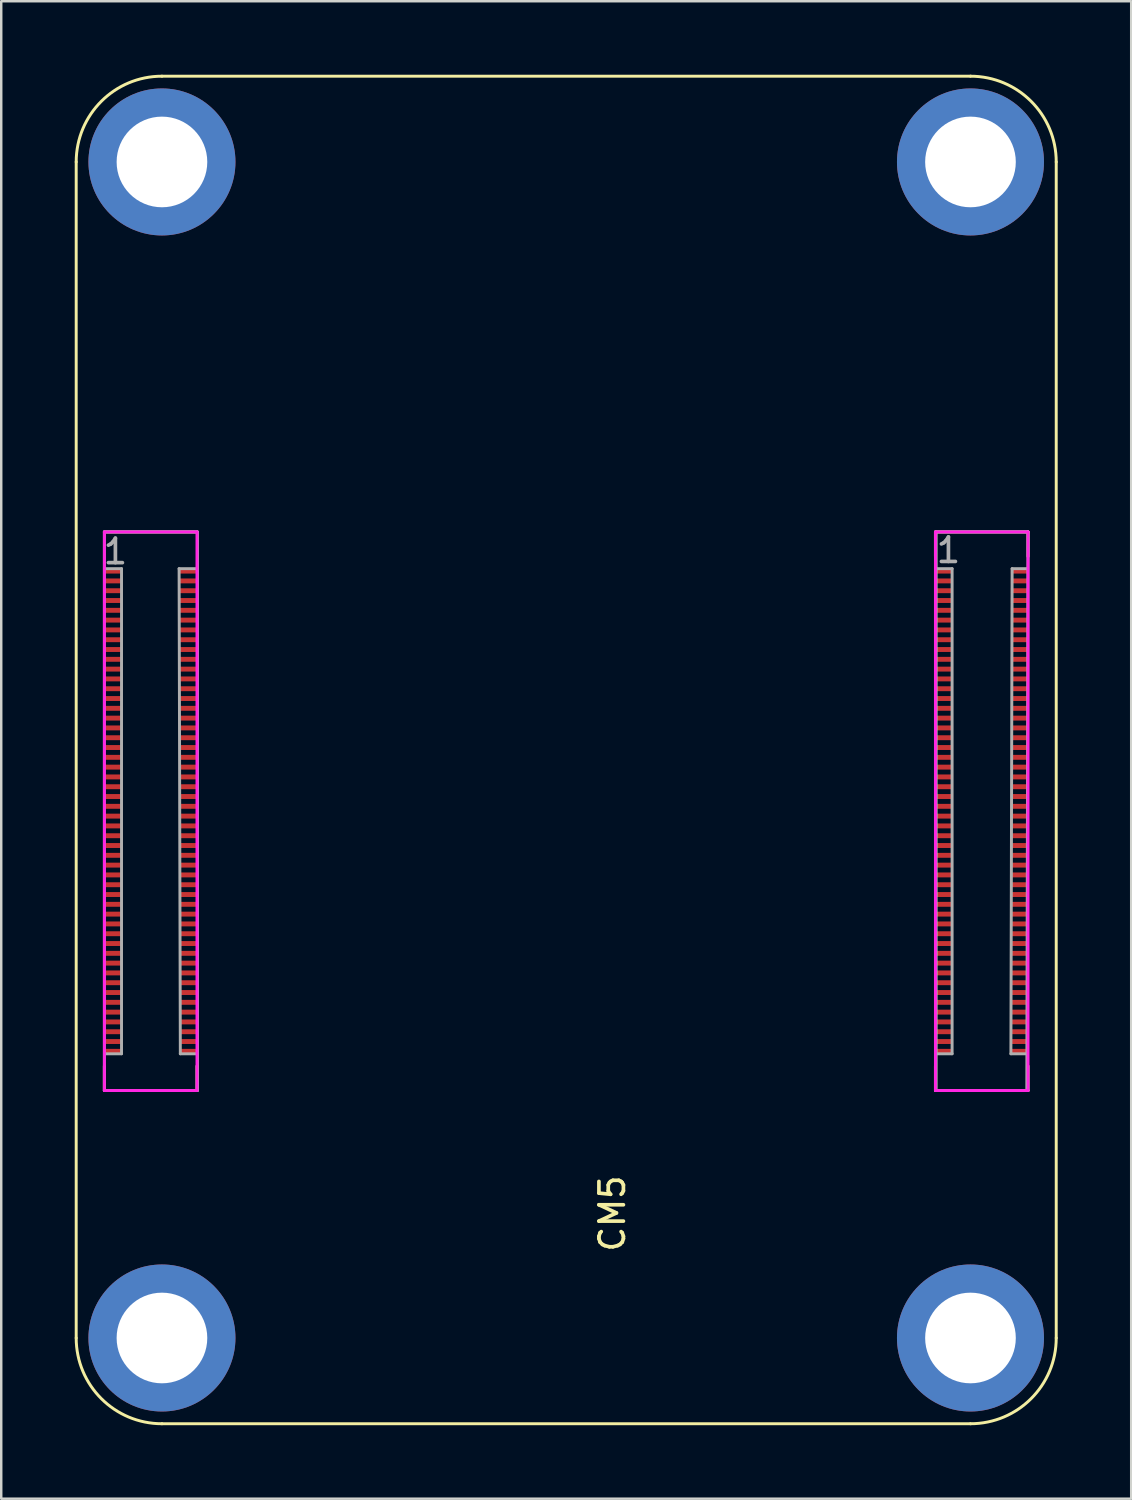
<source format=kicad_pcb>
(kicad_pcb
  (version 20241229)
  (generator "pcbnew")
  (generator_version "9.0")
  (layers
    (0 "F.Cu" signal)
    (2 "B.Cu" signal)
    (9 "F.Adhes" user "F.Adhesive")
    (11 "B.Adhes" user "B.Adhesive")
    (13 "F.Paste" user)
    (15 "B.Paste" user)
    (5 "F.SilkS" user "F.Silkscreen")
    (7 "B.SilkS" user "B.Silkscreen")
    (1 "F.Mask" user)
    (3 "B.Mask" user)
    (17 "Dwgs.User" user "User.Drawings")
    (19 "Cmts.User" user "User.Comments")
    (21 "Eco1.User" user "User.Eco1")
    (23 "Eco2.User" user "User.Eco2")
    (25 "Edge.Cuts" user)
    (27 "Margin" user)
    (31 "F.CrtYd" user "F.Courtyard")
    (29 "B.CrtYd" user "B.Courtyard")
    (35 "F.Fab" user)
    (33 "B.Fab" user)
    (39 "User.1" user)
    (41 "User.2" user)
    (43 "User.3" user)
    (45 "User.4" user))
  (footprint "CM5"
    (layer "F.Cu")
    (at 20.06 30.06)
    (property "Reference" "CM5" (at 1.88 16.42 270) (layer "F.SilkS") (effects (font (size 1 1) (thickness 0.15))))
    (attr smd)
    (fp_line (start -20 -26.5) (end -20 21.5) (stroke (width 0.12) (type solid)) (layer "F.SilkS"))
    (fp_line (start -18.85 -11.4) (end -15.07 -11.4) (stroke (width 0.12) (type solid)) (layer "F.SilkS"))
    (fp_line (start -18.85 11.4) (end -18.85 10.4) (stroke (width 0.12) (type solid)) (layer "F.SilkS"))
    (fp_line (start -18.85 11.4) (end -15.07 11.4) (stroke (width 0.12) (type solid)) (layer "F.SilkS"))
    (fp_line (start -16.5 25) (end 16.5 25) (stroke (width 0.12) (type solid)) (layer "F.SilkS"))
    (fp_line (start -15.07 11.4) (end -15.07 10.4) (stroke (width 0.12) (type solid)) (layer "F.SilkS"))
    (fp_line (start 15.07 -11.4) (end 15.07 -10.4) (stroke (width 0.12) (type solid)) (layer "F.SilkS"))
    (fp_line (start 15.07 -11.4) (end 18.85 -11.4) (stroke (width 0.12) (type solid)) (layer "F.SilkS"))
    (fp_line (start 15.07 11.4) (end 15.07 10.4) (stroke (width 0.12) (type solid)) (layer "F.SilkS"))
    (fp_line (start 15.07 11.4) (end 18.85 11.4) (stroke (width 0.12) (type solid)) (layer "F.SilkS"))
    (fp_line (start 16.5 -30) (end -16.5 -30) (stroke (width 0.12) (type solid)) (layer "F.SilkS"))
    (fp_line (start 18.85 -11.4) (end 18.85 -10.4) (stroke (width 0.12) (type solid)) (layer "F.SilkS"))
    (fp_line (start 18.85 11.4) (end 18.85 10.4) (stroke (width 0.12) (type solid)) (layer "F.SilkS"))
    (fp_line (start 20 21.5) (end 20 -26.5) (stroke (width 0.12) (type solid)) (layer "F.SilkS"))
    (fp_arc (start -20 -26.5) (mid -18.974874 -28.974874) (end -16.5 -30) (stroke (width 0.12) (type solid)) (layer "F.SilkS"))
    (fp_arc (start -16.5 25) (mid -18.974874 23.974874) (end -20 21.5) (stroke (width 0.12) (type solid)) (layer "F.SilkS"))
    (fp_arc (start 16.5 -30) (mid 18.974874 -28.974874) (end 20 -26.5) (stroke (width 0.12) (type solid)) (layer "F.SilkS"))
    (fp_arc (start 20 21.5) (mid 18.974874 23.974874) (end 16.5 25) (stroke (width 0.12) (type solid)) (layer "F.SilkS"))
    (fp_line (start -18.85 -11.4) (end -15.07 -11.4) (stroke (width 0.12) (type solid)) (layer "F.CrtYd"))
    (fp_line (start -18.85 11.4) (end -18.85 -11.4) (stroke (width 0.12) (type solid)) (layer "F.CrtYd"))
    (fp_line (start -15.07 -11.4) (end -15.07 11.4) (stroke (width 0.12) (type solid)) (layer "F.CrtYd"))
    (fp_line (start -15.07 11.4) (end -18.85 11.4) (stroke (width 0.12) (type solid)) (layer "F.CrtYd"))
    (fp_line (start 15.07 -11.4) (end 18.85 -11.4) (stroke (width 0.12) (type solid)) (layer "F.CrtYd"))
    (fp_line (start 15.07 11.4) (end 15.07 -11.4) (stroke (width 0.12) (type solid)) (layer "F.CrtYd"))
    (fp_line (start 18.85 -11.4) (end 18.85 11.4) (stroke (width 0.12) (type solid)) (layer "F.CrtYd"))
    (fp_line (start 18.85 11.4) (end 15.07 11.4) (stroke (width 0.12) (type solid)) (layer "F.CrtYd"))
    (fp_line (start -18.85 -11.4) (end -15.05 -11.4) (stroke (width 0.12) (type solid)) (layer "F.Fab"))
    (fp_line (start -18.85 11.4) (end -18.85 -11.4) (stroke (width 0.12) (type solid)) (layer "F.Fab"))
    (fp_line (start -18.8 -9.9) (end -18.15 -9.9) (stroke (width 0.12) (type solid)) (layer "F.Fab"))
    (fp_line (start -18.15 -9.9) (end -18.15 9.9) (stroke (width 0.12) (type solid)) (layer "F.Fab"))
    (fp_line (start -18.15 9.9) (end -18.8 9.9) (stroke (width 0.12) (type solid)) (layer "F.Fab"))
    (fp_line (start -15.8 -9.9) (end -15.1 -9.9) (stroke (width 0.12) (type solid)) (layer "F.Fab"))
    (fp_line (start -15.75 9.9) (end -15.8 -9.9) (stroke (width 0.12) (type solid)) (layer "F.Fab"))
    (fp_line (start -15.1 9.9) (end -15.75 9.9) (stroke (width 0.12) (type solid)) (layer "F.Fab"))
    (fp_line (start -15.05 -11.4) (end -15.05 11.4) (stroke (width 0.12) (type solid)) (layer "F.Fab"))
    (fp_line (start -15.05 11.4) (end -18.85 11.4) (stroke (width 0.12) (type solid)) (layer "F.Fab"))
    (fp_line (start 15.1 -11.4) (end 18.85 -11.4) (stroke (width 0.12) (type solid)) (layer "F.Fab"))
    (fp_line (start 15.1 11.4) (end 15.1 -11.4) (stroke (width 0.12) (type solid)) (layer "F.Fab"))
    (fp_line (start 15.15 -9.9) (end 15.75 -9.9) (stroke (width 0.12) (type solid)) (layer "F.Fab"))
    (fp_line (start 15.75 -9.9) (end 15.75 9.9) (stroke (width 0.12) (type solid)) (layer "F.Fab"))
    (fp_line (start 15.75 9.9) (end 15.15 9.9) (stroke (width 0.12) (type solid)) (layer "F.Fab"))
    (fp_line (start 18.15 9.9) (end 18.2 -9.9) (stroke (width 0.12) (type solid)) (layer "F.Fab"))
    (fp_line (start 18.2 -9.9) (end 18.8 -9.9) (stroke (width 0.12) (type solid)) (layer "F.Fab"))
    (fp_line (start 18.75 9.9) (end 18.15 9.9) (stroke (width 0.12) (type solid)) (layer "F.Fab"))
    (fp_line (start 18.8 11.4) (end 15.1 11.4) (stroke (width 0.12) (type solid)) (layer "F.Fab"))
    (fp_line (start 18.85 -11.4) (end 18.8 11.4) (stroke (width 0.12) (type solid)) (layer "F.Fab"))
    (fp_text user "1" (at -18.4 -10.6 0) (layer "F.Fab") (effects (font (size 1 1) (thickness 0.15))))
    (fp_text user "1" (at 15.6 -10.65 0) (layer "F.Fab") (effects (font (size 1 1) (thickness 0.15))))
    (pad "" np_thru_hole circle (at -16.5 -26.5) (size 2.7 2.7) (drill 2.7) (layers "*.Cu" "*.Mask"))
    (pad "" np_thru_hole circle (at -16.5 -26.5) (size 6 6) (drill 3.7) (layers "*.Cu" "*.Mask" "F.Paste"))
    (pad "" np_thru_hole circle (at -16.5 21.5) (size 2.7 2.7) (drill 2.7) (layers "*.Cu" "*.Mask"))
    (pad "" np_thru_hole circle (at -16.5 21.5) (size 6 6) (drill 3.7) (layers "*.Cu" "*.Mask" "F.Paste"))
    (pad "" np_thru_hole circle (at 16.5 -26.5) (size 2.7 2.7) (drill 2.7) (layers "*.Cu" "*.Mask"))
    (pad "" np_thru_hole circle (at 16.5 -26.5) (size 6 6) (drill 3.7) (layers "*.Cu" "*.Mask" "F.Paste"))
    (pad "" np_thru_hole circle (at 16.5 21.5) (size 6 6) (drill 3.7) (layers "*.Cu" "*.Mask" "F.Paste"))
    (pad "1" smd rect (at -18.5 -9.8 270) (size 0.2 0.7) (layers "F.Cu" "F.Mask" "F.Paste"))
    (pad "2" smd rect (at -15.42 -9.8 270) (size 0.2 0.7) (layers "F.Cu" "F.Mask" "F.Paste"))
    (pad "3" smd rect (at -18.5 -9.4 270) (size 0.2 0.7) (layers "F.Cu" "F.Mask" "F.Paste"))
    (pad "4" smd rect (at -15.42 -9.4 270) (size 0.2 0.7) (layers "F.Cu" "F.Mask" "F.Paste"))
    (pad "5" smd rect (at -18.5 -9 270) (size 0.2 0.7) (layers "F.Cu" "F.Mask" "F.Paste"))
    (pad "6" smd rect (at -15.42 -9 270) (size 0.2 0.7) (layers "F.Cu" "F.Mask" "F.Paste"))
    (pad "7" smd rect (at -18.5 -8.6 270) (size 0.2 0.7) (layers "F.Cu" "F.Mask" "F.Paste"))
    (pad "8" smd rect (at -15.42 -8.6 270) (size 0.2 0.7) (layers "F.Cu" "F.Mask" "F.Paste"))
    (pad "9" smd rect (at -18.5 -8.2 270) (size 0.2 0.7) (layers "F.Cu" "F.Mask" "F.Paste"))
    (pad "10" smd rect (at -15.42 -8.2 270) (size 0.2 0.7) (layers "F.Cu" "F.Mask" "F.Paste"))
    (pad "11" smd rect (at -18.5 -7.8 270) (size 0.2 0.7) (layers "F.Cu" "F.Mask" "F.Paste"))
    (pad "12" smd rect (at -15.42 -7.8 270) (size 0.2 0.7) (layers "F.Cu" "F.Mask" "F.Paste"))
    (pad "13" smd rect (at -18.5 -7.4 270) (size 0.2 0.7) (layers "F.Cu" "F.Mask" "F.Paste"))
    (pad "14" smd rect (at -15.42 -7.4 270) (size 0.2 0.7) (layers "F.Cu" "F.Mask" "F.Paste"))
    (pad "15" smd rect (at -18.5 -7 270) (size 0.2 0.7) (layers "F.Cu" "F.Mask" "F.Paste"))
    (pad "16" smd rect (at -15.42 -7 270) (size 0.2 0.7) (layers "F.Cu" "F.Mask" "F.Paste"))
    (pad "17" smd rect (at -18.5 -6.6 270) (size 0.2 0.7) (layers "F.Cu" "F.Mask" "F.Paste"))
    (pad "18" smd rect (at -15.42 -6.6 270) (size 0.2 0.7) (layers "F.Cu" "F.Mask" "F.Paste"))
    (pad "19" smd rect (at -18.5 -6.2 270) (size 0.2 0.7) (layers "F.Cu" "F.Mask" "F.Paste"))
    (pad "20" smd rect (at -15.42 -6.2 270) (size 0.2 0.7) (layers "F.Cu" "F.Mask" "F.Paste"))
    (pad "21" smd rect (at -18.5 -5.8 270) (size 0.2 0.7) (layers "F.Cu" "F.Mask" "F.Paste"))
    (pad "22" smd rect (at -15.42 -5.8 270) (size 0.2 0.7) (layers "F.Cu" "F.Mask" "F.Paste"))
    (pad "23" smd rect (at -18.5 -5.4 270) (size 0.2 0.7) (layers "F.Cu" "F.Mask" "F.Paste"))
    (pad "24" smd rect (at -15.42 -5.4 270) (size 0.2 0.7) (layers "F.Cu" "F.Mask" "F.Paste"))
    (pad "25" smd rect (at -18.5 -5 270) (size 0.2 0.7) (layers "F.Cu" "F.Mask" "F.Paste"))
    (pad "26" smd rect (at -15.42 -5 270) (size 0.2 0.7) (layers "F.Cu" "F.Mask" "F.Paste"))
    (pad "27" smd rect (at -18.5 -4.6 270) (size 0.2 0.7) (layers "F.Cu" "F.Mask" "F.Paste"))
    (pad "28" smd rect (at -15.42 -4.6 270) (size 0.2 0.7) (layers "F.Cu" "F.Mask" "F.Paste"))
    (pad "29" smd rect (at -18.5 -4.2 270) (size 0.2 0.7) (layers "F.Cu" "F.Mask" "F.Paste"))
    (pad "30" smd rect (at -15.42 -4.2 270) (size 0.2 0.7) (layers "F.Cu" "F.Mask" "F.Paste"))
    (pad "31" smd rect (at -18.5 -3.8 270) (size 0.2 0.7) (layers "F.Cu" "F.Mask" "F.Paste"))
    (pad "32" smd rect (at -15.42 -3.8 270) (size 0.2 0.7) (layers "F.Cu" "F.Mask" "F.Paste"))
    (pad "33" smd rect (at -18.5 -3.4 270) (size 0.2 0.7) (layers "F.Cu" "F.Mask" "F.Paste"))
    (pad "34" smd rect (at -15.42 -3.4 270) (size 0.2 0.7) (layers "F.Cu" "F.Mask" "F.Paste"))
    (pad "35" smd rect (at -18.5 -3 270) (size 0.2 0.7) (layers "F.Cu" "F.Mask" "F.Paste"))
    (pad "36" smd rect (at -15.42 -3 270) (size 0.2 0.7) (layers "F.Cu" "F.Mask" "F.Paste"))
    (pad "37" smd rect (at -18.5 -2.6 270) (size 0.2 0.7) (layers "F.Cu" "F.Mask" "F.Paste"))
    (pad "38" smd rect (at -15.42 -2.6 270) (size 0.2 0.7) (layers "F.Cu" "F.Mask" "F.Paste"))
    (pad "39" smd rect (at -18.5 -2.2 270) (size 0.2 0.7) (layers "F.Cu" "F.Mask" "F.Paste"))
    (pad "40" smd rect (at -15.42 -2.2 270) (size 0.2 0.7) (layers "F.Cu" "F.Mask" "F.Paste"))
    (pad "41" smd rect (at -18.5 -1.8 270) (size 0.2 0.7) (layers "F.Cu" "F.Mask" "F.Paste"))
    (pad "42" smd rect (at -15.42 -1.8 270) (size 0.2 0.7) (layers "F.Cu" "F.Mask" "F.Paste"))
    (pad "43" smd rect (at -18.5 -1.4 270) (size 0.2 0.7) (layers "F.Cu" "F.Mask" "F.Paste"))
    (pad "44" smd rect (at -15.42 -1.4 270) (size 0.2 0.7) (layers "F.Cu" "F.Mask" "F.Paste"))
    (pad "45" smd rect (at -18.5 -1 270) (size 0.2 0.7) (layers "F.Cu" "F.Mask" "F.Paste"))
    (pad "46" smd rect (at -15.42 -1 270) (size 0.2 0.7) (layers "F.Cu" "F.Mask" "F.Paste"))
    (pad "47" smd rect (at -18.5 -0.6 270) (size 0.2 0.7) (layers "F.Cu" "F.Mask" "F.Paste"))
    (pad "48" smd rect (at -15.42 -0.6 270) (size 0.2 0.7) (layers "F.Cu" "F.Mask" "F.Paste"))
    (pad "49" smd rect (at -18.5 -0.2 270) (size 0.2 0.7) (layers "F.Cu" "F.Mask" "F.Paste"))
    (pad "50" smd rect (at -15.42 -0.2 270) (size 0.2 0.7) (layers "F.Cu" "F.Mask" "F.Paste"))
    (pad "51" smd rect (at -18.5 0.2 270) (size 0.2 0.7) (layers "F.Cu" "F.Mask" "F.Paste"))
    (pad "52" smd rect (at -15.42 0.2 270) (size 0.2 0.7) (layers "F.Cu" "F.Mask" "F.Paste"))
    (pad "53" smd rect (at -18.5 0.6 270) (size 0.2 0.7) (layers "F.Cu" "F.Mask" "F.Paste"))
    (pad "54" smd rect (at -15.42 0.6 270) (size 0.2 0.7) (layers "F.Cu" "F.Mask" "F.Paste"))
    (pad "55" smd rect (at -18.5 1 270) (size 0.2 0.7) (layers "F.Cu" "F.Mask" "F.Paste"))
    (pad "56" smd rect (at -15.42 1 270) (size 0.2 0.7) (layers "F.Cu" "F.Mask" "F.Paste"))
    (pad "57" smd rect (at -18.5 1.4 270) (size 0.2 0.7) (layers "F.Cu" "F.Mask" "F.Paste"))
    (pad "58" smd rect (at -15.42 1.4 270) (size 0.2 0.7) (layers "F.Cu" "F.Mask" "F.Paste"))
    (pad "59" smd rect (at -18.5 1.8 270) (size 0.2 0.7) (layers "F.Cu" "F.Mask" "F.Paste"))
    (pad "60" smd rect (at -15.42 1.8 270) (size 0.2 0.7) (layers "F.Cu" "F.Mask" "F.Paste"))
    (pad "61" smd rect (at -18.5 2.2 270) (size 0.2 0.7) (layers "F.Cu" "F.Mask" "F.Paste"))
    (pad "62" smd rect (at -15.42 2.2 270) (size 0.2 0.7) (layers "F.Cu" "F.Mask" "F.Paste"))
    (pad "63" smd rect (at -18.5 2.6 270) (size 0.2 0.7) (layers "F.Cu" "F.Mask" "F.Paste"))
    (pad "64" smd rect (at -15.42 2.6 270) (size 0.2 0.7) (layers "F.Cu" "F.Mask" "F.Paste"))
    (pad "65" smd rect (at -18.5 3 270) (size 0.2 0.7) (layers "F.Cu" "F.Mask" "F.Paste"))
    (pad "66" smd rect (at -15.42 3 270) (size 0.2 0.7) (layers "F.Cu" "F.Mask" "F.Paste"))
    (pad "67" smd rect (at -18.5 3.4 270) (size 0.2 0.7) (layers "F.Cu" "F.Mask" "F.Paste"))
    (pad "68" smd rect (at -15.42 3.4 270) (size 0.2 0.7) (layers "F.Cu" "F.Mask" "F.Paste"))
    (pad "69" smd rect (at -18.5 3.8 270) (size 0.2 0.7) (layers "F.Cu" "F.Mask" "F.Paste"))
    (pad "70" smd rect (at -15.42 3.8 270) (size 0.2 0.7) (layers "F.Cu" "F.Mask" "F.Paste"))
    (pad "71" smd rect (at -18.5 4.2 270) (size 0.2 0.7) (layers "F.Cu" "F.Mask" "F.Paste"))
    (pad "72" smd rect (at -15.42 4.2 270) (size 0.2 0.7) (layers "F.Cu" "F.Mask" "F.Paste"))
    (pad "73" smd rect (at -18.5 4.6 270) (size 0.2 0.7) (layers "F.Cu" "F.Mask" "F.Paste"))
    (pad "74" smd rect (at -15.42 4.6 270) (size 0.2 0.7) (layers "F.Cu" "F.Mask" "F.Paste"))
    (pad "75" smd rect (at -18.5 5 270) (size 0.2 0.7) (layers "F.Cu" "F.Mask" "F.Paste"))
    (pad "76" smd rect (at -15.42 5 270) (size 0.2 0.7) (layers "F.Cu" "F.Mask" "F.Paste"))
    (pad "77" smd rect (at -18.5 5.4 270) (size 0.2 0.7) (layers "F.Cu" "F.Mask" "F.Paste"))
    (pad "78" smd rect (at -15.42 5.4 270) (size 0.2 0.7) (layers "F.Cu" "F.Mask" "F.Paste"))
    (pad "79" smd rect (at -18.5 5.8 270) (size 0.2 0.7) (layers "F.Cu" "F.Mask" "F.Paste"))
    (pad "80" smd rect (at -15.42 5.8 270) (size 0.2 0.7) (layers "F.Cu" "F.Mask" "F.Paste"))
    (pad "81" smd rect (at -18.5 6.2 270) (size 0.2 0.7) (layers "F.Cu" "F.Mask" "F.Paste"))
    (pad "82" smd rect (at -15.42 6.2 270) (size 0.2 0.7) (layers "F.Cu" "F.Mask" "F.Paste"))
    (pad "83" smd rect (at -18.5 6.6 270) (size 0.2 0.7) (layers "F.Cu" "F.Mask" "F.Paste"))
    (pad "84" smd rect (at -15.42 6.6 270) (size 0.2 0.7) (layers "F.Cu" "F.Mask" "F.Paste"))
    (pad "85" smd rect (at -18.5 7 270) (size 0.2 0.7) (layers "F.Cu" "F.Mask" "F.Paste"))
    (pad "86" smd rect (at -15.42 7 270) (size 0.2 0.7) (layers "F.Cu" "F.Mask" "F.Paste"))
    (pad "87" smd rect (at -18.5 7.4 270) (size 0.2 0.7) (layers "F.Cu" "F.Mask" "F.Paste"))
    (pad "88" smd rect (at -15.42 7.4 270) (size 0.2 0.7) (layers "F.Cu" "F.Mask" "F.Paste"))
    (pad "89" smd rect (at -18.5 7.8 270) (size 0.2 0.7) (layers "F.Cu" "F.Mask" "F.Paste"))
    (pad "90" smd rect (at -15.42 7.8 270) (size 0.2 0.7) (layers "F.Cu" "F.Mask" "F.Paste"))
    (pad "91" smd rect (at -18.5 8.2 270) (size 0.2 0.7) (layers "F.Cu" "F.Mask" "F.Paste"))
    (pad "92" smd rect (at -15.42 8.2 270) (size 0.2 0.7) (layers "F.Cu" "F.Mask" "F.Paste"))
    (pad "93" smd rect (at -18.5 8.6 270) (size 0.2 0.7) (layers "F.Cu" "F.Mask" "F.Paste"))
    (pad "94" smd rect (at -15.42 8.6 270) (size 0.2 0.7) (layers "F.Cu" "F.Mask" "F.Paste"))
    (pad "95" smd rect (at -18.5 9 270) (size 0.2 0.7) (layers "F.Cu" "F.Mask" "F.Paste"))
    (pad "96" smd rect (at -15.42 9 270) (size 0.2 0.7) (layers "F.Cu" "F.Mask" "F.Paste"))
    (pad "97" smd rect (at -18.5 9.4 270) (size 0.2 0.7) (layers "F.Cu" "F.Mask" "F.Paste"))
    (pad "98" smd rect (at -15.42 9.4 270) (size 0.2 0.7) (layers "F.Cu" "F.Mask" "F.Paste"))
    (pad "99" smd rect (at -18.5 9.8 270) (size 0.2 0.7) (layers "F.Cu" "F.Mask" "F.Paste"))
    (pad "100" smd rect (at -15.42 9.8 270) (size 0.2 0.7) (layers "F.Cu" "F.Mask" "F.Paste"))
    (pad "101" smd rect (at 15.42 -9.8 270) (size 0.2 0.7) (layers "F.Cu" "F.Mask" "F.Paste"))
    (pad "102" smd rect (at 18.5 -9.8 270) (size 0.2 0.7) (layers "F.Cu" "F.Mask" "F.Paste"))
    (pad "103" smd rect (at 15.42 -9.4 270) (size 0.2 0.7) (layers "F.Cu" "F.Mask" "F.Paste"))
    (pad "104" smd rect (at 18.5 -9.4 270) (size 0.2 0.7) (layers "F.Cu" "F.Mask" "F.Paste"))
    (pad "105" smd rect (at 15.42 -9 270) (size 0.2 0.7) (layers "F.Cu" "F.Mask" "F.Paste"))
    (pad "106" smd rect (at 18.5 -9 270) (size 0.2 0.7) (layers "F.Cu" "F.Mask" "F.Paste"))
    (pad "107" smd rect (at 15.42 -8.6 270) (size 0.2 0.7) (layers "F.Cu" "F.Mask" "F.Paste"))
    (pad "108" smd rect (at 18.5 -8.6 270) (size 0.2 0.7) (layers "F.Cu" "F.Mask" "F.Paste"))
    (pad "109" smd rect (at 15.42 -8.2 270) (size 0.2 0.7) (layers "F.Cu" "F.Mask" "F.Paste"))
    (pad "110" smd rect (at 18.5 -8.2 270) (size 0.2 0.7) (layers "F.Cu" "F.Mask" "F.Paste"))
    (pad "111" smd rect (at 15.42 -7.8 270) (size 0.2 0.7) (layers "F.Cu" "F.Mask" "F.Paste"))
    (pad "112" smd rect (at 18.5 -7.8 270) (size 0.2 0.7) (layers "F.Cu" "F.Mask" "F.Paste"))
    (pad "113" smd rect (at 15.42 -7.4 270) (size 0.2 0.7) (layers "F.Cu" "F.Mask" "F.Paste"))
    (pad "114" smd rect (at 18.5 -7.4 270) (size 0.2 0.7) (layers "F.Cu" "F.Mask" "F.Paste"))
    (pad "115" smd rect (at 15.42 -7 270) (size 0.2 0.7) (layers "F.Cu" "F.Mask" "F.Paste"))
    (pad "116" smd rect (at 18.5 -7 270) (size 0.2 0.7) (layers "F.Cu" "F.Mask" "F.Paste"))
    (pad "117" smd rect (at 15.42 -6.6 270) (size 0.2 0.7) (layers "F.Cu" "F.Mask" "F.Paste"))
    (pad "118" smd rect (at 18.5 -6.6 270) (size 0.2 0.7) (layers "F.Cu" "F.Mask" "F.Paste"))
    (pad "119" smd rect (at 15.42 -6.2 270) (size 0.2 0.7) (layers "F.Cu" "F.Mask" "F.Paste"))
    (pad "120" smd rect (at 18.5 -6.2 270) (size 0.2 0.7) (layers "F.Cu" "F.Mask" "F.Paste"))
    (pad "121" smd rect (at 15.42 -5.8 270) (size 0.2 0.7) (layers "F.Cu" "F.Mask" "F.Paste"))
    (pad "122" smd rect (at 18.5 -5.8 270) (size 0.2 0.7) (layers "F.Cu" "F.Mask" "F.Paste"))
    (pad "123" smd rect (at 15.42 -5.4 270) (size 0.2 0.7) (layers "F.Cu" "F.Mask" "F.Paste"))
    (pad "124" smd rect (at 18.5 -5.4 270) (size 0.2 0.7) (layers "F.Cu" "F.Mask" "F.Paste"))
    (pad "125" smd rect (at 15.42 -5 270) (size 0.2 0.7) (layers "F.Cu" "F.Mask" "F.Paste"))
    (pad "126" smd rect (at 18.5 -5 270) (size 0.2 0.7) (layers "F.Cu" "F.Mask" "F.Paste"))
    (pad "127" smd rect (at 15.42 -4.6 270) (size 0.2 0.7) (layers "F.Cu" "F.Mask" "F.Paste"))
    (pad "128" smd rect (at 18.5 -4.6 270) (size 0.2 0.7) (layers "F.Cu" "F.Mask" "F.Paste"))
    (pad "129" smd rect (at 15.42 -4.2 270) (size 0.2 0.7) (layers "F.Cu" "F.Mask" "F.Paste"))
    (pad "130" smd rect (at 18.5 -4.2 270) (size 0.2 0.7) (layers "F.Cu" "F.Mask" "F.Paste"))
    (pad "131" smd rect (at 15.42 -3.8 270) (size 0.2 0.7) (layers "F.Cu" "F.Mask" "F.Paste"))
    (pad "132" smd rect (at 18.5 -3.8 270) (size 0.2 0.7) (layers "F.Cu" "F.Mask" "F.Paste"))
    (pad "133" smd rect (at 15.42 -3.4 270) (size 0.2 0.7) (layers "F.Cu" "F.Mask" "F.Paste"))
    (pad "134" smd rect (at 18.5 -3.4 270) (size 0.2 0.7) (layers "F.Cu" "F.Mask" "F.Paste"))
    (pad "135" smd rect (at 15.42 -3 270) (size 0.2 0.7) (layers "F.Cu" "F.Mask" "F.Paste"))
    (pad "136" smd rect (at 18.5 -3 270) (size 0.2 0.7) (layers "F.Cu" "F.Mask" "F.Paste"))
    (pad "137" smd rect (at 15.42 -2.6 270) (size 0.2 0.7) (layers "F.Cu" "F.Mask" "F.Paste"))
    (pad "138" smd rect (at 18.5 -2.6 270) (size 0.2 0.7) (layers "F.Cu" "F.Mask" "F.Paste"))
    (pad "139" smd rect (at 15.42 -2.2 270) (size 0.2 0.7) (layers "F.Cu" "F.Mask" "F.Paste"))
    (pad "140" smd rect (at 18.5 -2.2 270) (size 0.2 0.7) (layers "F.Cu" "F.Mask" "F.Paste"))
    (pad "141" smd rect (at 15.42 -1.8 270) (size 0.2 0.7) (layers "F.Cu" "F.Mask" "F.Paste"))
    (pad "142" smd rect (at 18.5 -1.8 270) (size 0.2 0.7) (layers "F.Cu" "F.Mask" "F.Paste"))
    (pad "143" smd rect (at 15.42 -1.4 270) (size 0.2 0.7) (layers "F.Cu" "F.Mask" "F.Paste"))
    (pad "144" smd rect (at 18.5 -1.4 270) (size 0.2 0.7) (layers "F.Cu" "F.Mask" "F.Paste"))
    (pad "145" smd rect (at 15.42 -1 270) (size 0.2 0.7) (layers "F.Cu" "F.Mask" "F.Paste"))
    (pad "146" smd rect (at 18.5 -1 270) (size 0.2 0.7) (layers "F.Cu" "F.Mask" "F.Paste"))
    (pad "147" smd rect (at 15.42 -0.6 270) (size 0.2 0.7) (layers "F.Cu" "F.Mask" "F.Paste"))
    (pad "148" smd rect (at 18.5 -0.6 270) (size 0.2 0.7) (layers "F.Cu" "F.Mask" "F.Paste"))
    (pad "149" smd rect (at 15.42 -0.2 270) (size 0.2 0.7) (layers "F.Cu" "F.Mask" "F.Paste"))
    (pad "150" smd rect (at 18.5 -0.2 270) (size 0.2 0.7) (layers "F.Cu" "F.Mask" "F.Paste"))
    (pad "151" smd rect (at 15.42 0.2 270) (size 0.2 0.7) (layers "F.Cu" "F.Mask" "F.Paste"))
    (pad "152" smd rect (at 18.5 0.2 270) (size 0.2 0.7) (layers "F.Cu" "F.Mask" "F.Paste"))
    (pad "153" smd rect (at 15.42 0.6 270) (size 0.2 0.7) (layers "F.Cu" "F.Mask" "F.Paste"))
    (pad "154" smd rect (at 18.5 0.6 270) (size 0.2 0.7) (layers "F.Cu" "F.Mask" "F.Paste"))
    (pad "155" smd rect (at 15.42 1 270) (size 0.2 0.7) (layers "F.Cu" "F.Mask" "F.Paste"))
    (pad "156" smd rect (at 18.5 1 270) (size 0.2 0.7) (layers "F.Cu" "F.Mask" "F.Paste"))
    (pad "157" smd rect (at 15.42 1.4 270) (size 0.2 0.7) (layers "F.Cu" "F.Mask" "F.Paste"))
    (pad "158" smd rect (at 18.5 1.4 270) (size 0.2 0.7) (layers "F.Cu" "F.Mask" "F.Paste"))
    (pad "159" smd rect (at 15.42 1.8 270) (size 0.2 0.7) (layers "F.Cu" "F.Mask" "F.Paste"))
    (pad "160" smd rect (at 18.5 1.8 270) (size 0.2 0.7) (layers "F.Cu" "F.Mask" "F.Paste"))
    (pad "161" smd rect (at 15.42 2.2 270) (size 0.2 0.7) (layers "F.Cu" "F.Mask" "F.Paste"))
    (pad "162" smd rect (at 18.5 2.2 270) (size 0.2 0.7) (layers "F.Cu" "F.Mask" "F.Paste"))
    (pad "163" smd rect (at 15.42 2.6 270) (size 0.2 0.7) (layers "F.Cu" "F.Mask" "F.Paste"))
    (pad "164" smd rect (at 18.5 2.6 270) (size 0.2 0.7) (layers "F.Cu" "F.Mask" "F.Paste"))
    (pad "165" smd rect (at 15.42 3 270) (size 0.2 0.7) (layers "F.Cu" "F.Mask" "F.Paste"))
    (pad "166" smd rect (at 18.5 3 270) (size 0.2 0.7) (layers "F.Cu" "F.Mask" "F.Paste"))
    (pad "167" smd rect (at 15.42 3.4 270) (size 0.2 0.7) (layers "F.Cu" "F.Mask" "F.Paste"))
    (pad "168" smd rect (at 18.5 3.4 270) (size 0.2 0.7) (layers "F.Cu" "F.Mask" "F.Paste"))
    (pad "169" smd rect (at 15.42 3.8 270) (size 0.2 0.7) (layers "F.Cu" "F.Mask" "F.Paste"))
    (pad "170" smd rect (at 18.5 3.8 270) (size 0.2 0.7) (layers "F.Cu" "F.Mask" "F.Paste"))
    (pad "171" smd rect (at 15.42 4.2 270) (size 0.2 0.7) (layers "F.Cu" "F.Mask" "F.Paste"))
    (pad "172" smd rect (at 18.5 4.2 270) (size 0.2 0.7) (layers "F.Cu" "F.Mask" "F.Paste"))
    (pad "173" smd rect (at 15.42 4.6 270) (size 0.2 0.7) (layers "F.Cu" "F.Mask" "F.Paste"))
    (pad "174" smd rect (at 18.5 4.6 270) (size 0.2 0.7) (layers "F.Cu" "F.Mask" "F.Paste"))
    (pad "175" smd rect (at 15.42 5 270) (size 0.2 0.7) (layers "F.Cu" "F.Mask" "F.Paste"))
    (pad "176" smd rect (at 18.5 5 270) (size 0.2 0.7) (layers "F.Cu" "F.Mask" "F.Paste"))
    (pad "177" smd rect (at 15.42 5.4 270) (size 0.2 0.7) (layers "F.Cu" "F.Mask" "F.Paste"))
    (pad "178" smd rect (at 18.5 5.4 270) (size 0.2 0.7) (layers "F.Cu" "F.Mask" "F.Paste"))
    (pad "179" smd rect (at 15.42 5.8 270) (size 0.2 0.7) (layers "F.Cu" "F.Mask" "F.Paste"))
    (pad "180" smd rect (at 18.5 5.8 270) (size 0.2 0.7) (layers "F.Cu" "F.Mask" "F.Paste"))
    (pad "181" smd rect (at 15.42 6.2 270) (size 0.2 0.7) (layers "F.Cu" "F.Mask" "F.Paste"))
    (pad "182" smd rect (at 18.5 6.2 270) (size 0.2 0.7) (layers "F.Cu" "F.Mask" "F.Paste"))
    (pad "183" smd rect (at 15.42 6.6 270) (size 0.2 0.7) (layers "F.Cu" "F.Mask" "F.Paste"))
    (pad "184" smd rect (at 18.5 6.6 270) (size 0.2 0.7) (layers "F.Cu" "F.Mask" "F.Paste"))
    (pad "185" smd rect (at 15.42 7 270) (size 0.2 0.7) (layers "F.Cu" "F.Mask" "F.Paste"))
    (pad "186" smd rect (at 18.5 7 270) (size 0.2 0.7) (layers "F.Cu" "F.Mask" "F.Paste"))
    (pad "187" smd rect (at 15.42 7.4 270) (size 0.2 0.7) (layers "F.Cu" "F.Mask" "F.Paste"))
    (pad "188" smd rect (at 18.5 7.4 270) (size 0.2 0.7) (layers "F.Cu" "F.Mask" "F.Paste"))
    (pad "189" smd rect (at 15.42 7.8 270) (size 0.2 0.7) (layers "F.Cu" "F.Mask" "F.Paste"))
    (pad "190" smd rect (at 18.5 7.8 270) (size 0.2 0.7) (layers "F.Cu" "F.Mask" "F.Paste"))
    (pad "191" smd rect (at 15.42 8.2 270) (size 0.2 0.7) (layers "F.Cu" "F.Mask" "F.Paste"))
    (pad "192" smd rect (at 18.5 8.2 270) (size 0.2 0.7) (layers "F.Cu" "F.Mask" "F.Paste"))
    (pad "193" smd rect (at 15.42 8.6 270) (size 0.2 0.7) (layers "F.Cu" "F.Mask" "F.Paste"))
    (pad "194" smd rect (at 18.5 8.6 270) (size 0.2 0.7) (layers "F.Cu" "F.Mask" "F.Paste"))
    (pad "195" smd rect (at 15.42 9 270) (size 0.2 0.7) (layers "F.Cu" "F.Mask" "F.Paste"))
    (pad "196" smd rect (at 18.5 9 270) (size 0.2 0.7) (layers "F.Cu" "F.Mask" "F.Paste"))
    (pad "197" smd rect (at 15.42 9.4 270) (size 0.2 0.7) (layers "F.Cu" "F.Mask" "F.Paste"))
    (pad "198" smd rect (at 18.5 9.4 270) (size 0.2 0.7) (layers "F.Cu" "F.Mask" "F.Paste"))
    (pad "199" smd rect (at 15.42 9.8 270) (size 0.2 0.7) (layers "F.Cu" "F.Mask" "F.Paste"))
    (pad "200" smd rect (at 18.5 9.8 270) (size 0.2 0.7) (layers "F.Cu" "F.Mask" "F.Paste")))
  (gr_rect
    (start -3 -3)
    (end 43.12 58.12)
    (stroke (width 0.1) (type default))
    (fill no)
    (layer "Edge.Cuts")))
</source>
